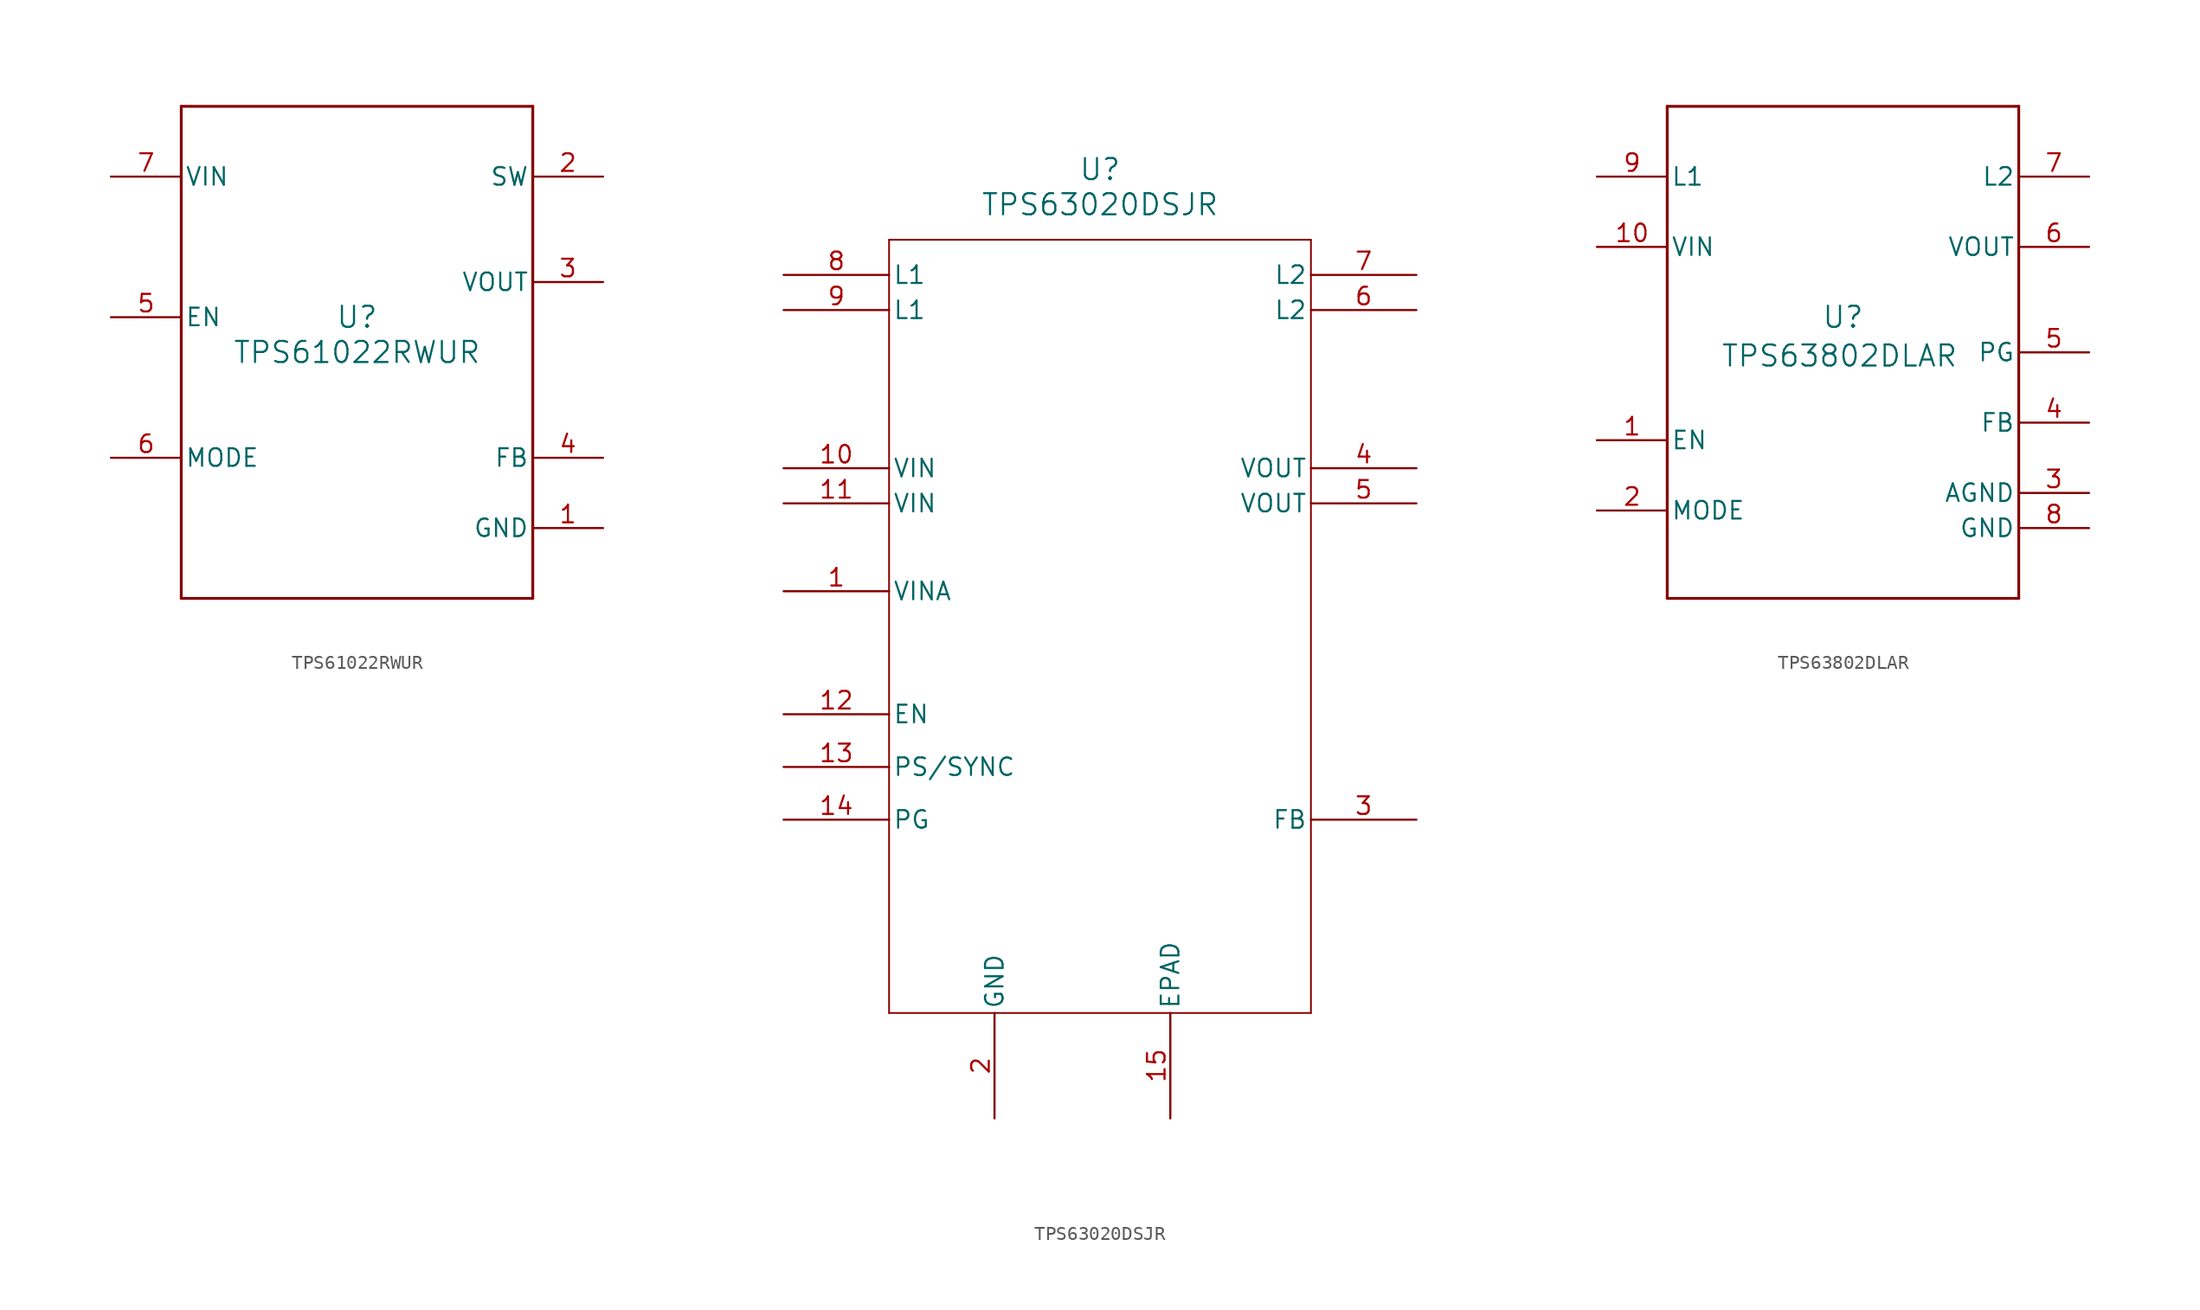
<source format=kicad_sym>
(kicad_symbol_lib
  (version 20241209)
  (generator "kicad_symbol_editor")
  (generator_version "9.0")
  (symbol "TPS61022RWUR"
    (pin_names
      (offset 0.254))
    (property "Reference" "U"
      (at 0 2.54 0)
      (effects (font (size 1.524 1.524))))
    (property "Value" "TPS61022RWUR"
      (at 0 0 0)
      (effects (font (size 1.524 1.524))))
    (symbol "TPS61022RWUR_0_1"
      (polyline (pts (xy -12.7 17.78) (xy -12.7 -17.78)) (stroke (width 0.203) (type default)) (fill (type none)))
      (polyline (pts (xy -12.7 -17.78) (xy 12.7 -17.78)) (stroke (width 0.203) (type default)) (fill (type none)))
      (polyline (pts (xy 12.7 17.78) (xy -12.7 17.78)) (stroke (width 0.203) (type default)) (fill (type none)))
      (polyline (pts (xy 12.7 -17.78) (xy 12.7 17.78)) (stroke (width 0.203) (type default)) (fill (type none)))
      (pin power_in line (at -17.78 12.7 0) (length 5.08) (name "VIN" (effects (font (size 1.27 1.27)))) (number "7" (effects (font (size 1.27 1.27)))))
      (pin input line (at -17.78 2.54 0) (length 5.08) (name "EN" (effects (font (size 1.27 1.27)))) (number "5" (effects (font (size 1.27 1.27)))))
      (pin input line (at -17.78 -7.62 0) (length 5.08) (name "MODE" (effects (font (size 1.27 1.27)))) (number "6" (effects (font (size 1.27 1.27)))))
      (pin input line (at 17.78 -7.62 180) (length 5.08) (name "FB" (effects (font (size 1.27 1.27)))) (number "4" (effects (font (size 1.27 1.27)))))
      (pin power_in line (at 17.78 -12.7 180) (length 5.08) (name "GND" (effects (font (size 1.27 1.27)))) (number "1" (effects (font (size 1.27 1.27))))))
    (symbol "TPS61022RWUR_1_1"
      (pin passive line (at 17.78 12.7 180) (length 5.08) (name "SW" (effects (font (size 1.27 1.27)))) (number "2" (effects (font (size 1.27 1.27)))))
      (pin power_out line (at 17.78 5.08 180) (length 5.08) (name "VOUT" (effects (font (size 1.27 1.27)))) (number "3" (effects (font (size 1.27 1.27)))))))
  (symbol "TPS63020DSJR"
    (pin_names
      (offset 0.254))
    (property "Reference" "U"
      (at 22.86 10.16 0)
      (effects (font (size 1.524 1.524))))
    (property "Value" "TPS63020DSJR"
      (at 22.86 7.62 0)
      (effects (font (size 1.524 1.524))))
    (symbol "TPS63020DSJR_0_1"
      (polyline (pts (xy 7.62 5.08) (xy 7.62 -50.8)) (stroke (width 0.127) (type default)) (fill (type none)))
      (polyline (pts (xy 7.62 -50.8) (xy 38.1 -50.8)) (stroke (width 0.127) (type default)) (fill (type none)))
      (polyline (pts (xy 38.1 5.08) (xy 7.62 5.08)) (stroke (width 0.127) (type default)) (fill (type none)))
      (polyline (pts (xy 38.1 -50.8) (xy 38.1 5.08)) (stroke (width 0.127) (type default)) (fill (type none)))
      (pin input line (at 0 -29.21 0) (length 7.62) (name "EN" (effects (font (size 1.27 1.27)))) (number "12" (effects (font (size 1.27 1.27)))))
      (pin input line (at 0 -33.02 0) (length 7.62) (name "PS/SYNC" (effects (font (size 1.27 1.27)))) (number "13" (effects (font (size 1.27 1.27)))))
      (pin power_in line (at 15.24 -58.42 90) (length 7.62) (name "GND" (effects (font (size 1.27 1.27)))) (number "2" (effects (font (size 1.27 1.27)))))
      (pin unspecified line (at 27.94 -58.42 90) (length 7.62) (name "EPAD" (effects (font (size 1.27 1.27)))) (number "15" (effects (font (size 1.27 1.27)))))
      (pin input line (at 45.72 -36.83 180) (length 7.62) (name "FB" (effects (font (size 1.27 1.27)))) (number "3" (effects (font (size 1.27 1.27))))))
    (symbol "TPS63020DSJR_1_1"
      (pin passive line (at 0 2.54 0) (length 7.62) (name "L1" (effects (font (size 1.27 1.27)))) (number "8" (effects (font (size 1.27 1.27)))))
      (pin passive line (at 0 0 0) (length 7.62) (name "L1" (effects (font (size 1.27 1.27)))) (number "9" (effects (font (size 1.27 1.27)))))
      (pin power_in line (at 0 -11.43 0) (length 7.62) (name "VIN" (effects (font (size 1.27 1.27)))) (number "10" (effects (font (size 1.27 1.27)))))
      (pin power_in line (at 0 -13.97 0) (length 7.62) (name "VIN" (effects (font (size 1.27 1.27)))) (number "11" (effects (font (size 1.27 1.27)))))
      (pin power_in line (at 0 -20.32 0) (length 7.62) (name "VINA" (effects (font (size 1.27 1.27)))) (number "1" (effects (font (size 1.27 1.27)))))
      (pin open_collector line (at 0 -36.83 0) (length 7.62) (name "PG" (effects (font (size 1.27 1.27)))) (number "14" (effects (font (size 1.27 1.27)))))
      (pin passive line (at 45.72 2.54 180) (length 7.62) (name "L2" (effects (font (size 1.27 1.27)))) (number "7" (effects (font (size 1.27 1.27)))))
      (pin passive line (at 45.72 0 180) (length 7.62) (name "L2" (effects (font (size 1.27 1.27)))) (number "6" (effects (font (size 1.27 1.27)))))
      (pin power_out line (at 45.72 -11.43 180) (length 7.62) (name "VOUT" (effects (font (size 1.27 1.27)))) (number "4" (effects (font (size 1.27 1.27)))))
      (pin power_out line (at 45.72 -13.97 180) (length 7.62) (name "VOUT" (effects (font (size 1.27 1.27)))) (number "5" (effects (font (size 1.27 1.27)))))))
  (symbol "TPS63802DLAR"
    (pin_names
      (offset 0.254))
    (property "Reference" "U"
      (at 0 2.54 0)
      (effects (font (size 1.524 1.524))))
    (property "Value" "TPS63802DLAR"
      (at -0.254 -0.254 0)
      (effects (font (size 1.524 1.524))))
    (symbol "TPS63802DLAR_0_1"
      (polyline (pts (xy -12.7 17.78) (xy -12.7 -17.78)) (stroke (width 0.203) (type default)) (fill (type none)))
      (polyline (pts (xy -12.7 -17.78) (xy 12.7 -17.78)) (stroke (width 0.203) (type default)) (fill (type none)))
      (polyline (pts (xy 12.7 17.78) (xy -12.7 17.78)) (stroke (width 0.203) (type default)) (fill (type none)))
      (polyline (pts (xy 12.7 -17.78) (xy 12.7 17.78)) (stroke (width 0.203) (type default)) (fill (type none)))
      (pin passive line (at -17.78 12.7 0) (length 5.08) (name "L1" (effects (font (size 1.27 1.27)))) (number "9" (effects (font (size 1.27 1.27)))))
      (pin power_in line (at -17.78 7.62 0) (length 5.08) (name "VIN" (effects (font (size 1.27 1.27)))) (number "10" (effects (font (size 1.27 1.27)))))
      (pin input line (at -17.78 -6.35 0) (length 5.08) (name "EN" (effects (font (size 1.27 1.27)))) (number "1" (effects (font (size 1.27 1.27)))))
      (pin input line (at -17.78 -11.43 0) (length 5.08) (name "MODE" (effects (font (size 1.27 1.27)))) (number "2" (effects (font (size 1.27 1.27)))))
      (pin passive line (at 17.78 12.7 180) (length 5.08) (name "L2" (effects (font (size 1.27 1.27)))) (number "7" (effects (font (size 1.27 1.27)))))
      (pin power_out line (at 17.78 7.62 180) (length 5.08) (name "VOUT" (effects (font (size 1.27 1.27)))) (number "6" (effects (font (size 1.27 1.27)))))
      (pin open_collector line (at 17.78 0 180) (length 5.08) (name "PG" (effects (font (size 1.27 1.27)))) (number "5" (effects (font (size 1.27 1.27)))))
      (pin input line (at 17.78 -5.08 180) (length 5.08) (name "FB" (effects (font (size 1.27 1.27)))) (number "4" (effects (font (size 1.27 1.27)))))
      (pin power_in line (at 17.78 -10.16 180) (length 5.08) (name "AGND" (effects (font (size 1.27 1.27)))) (number "3" (effects (font (size 1.27 1.27)))))
      (pin power_in line (at 17.78 -12.7 180) (length 5.08) (name "GND" (effects (font (size 1.27 1.27)))) (number "8" (effects (font (size 1.27 1.27))))))))
</source>
